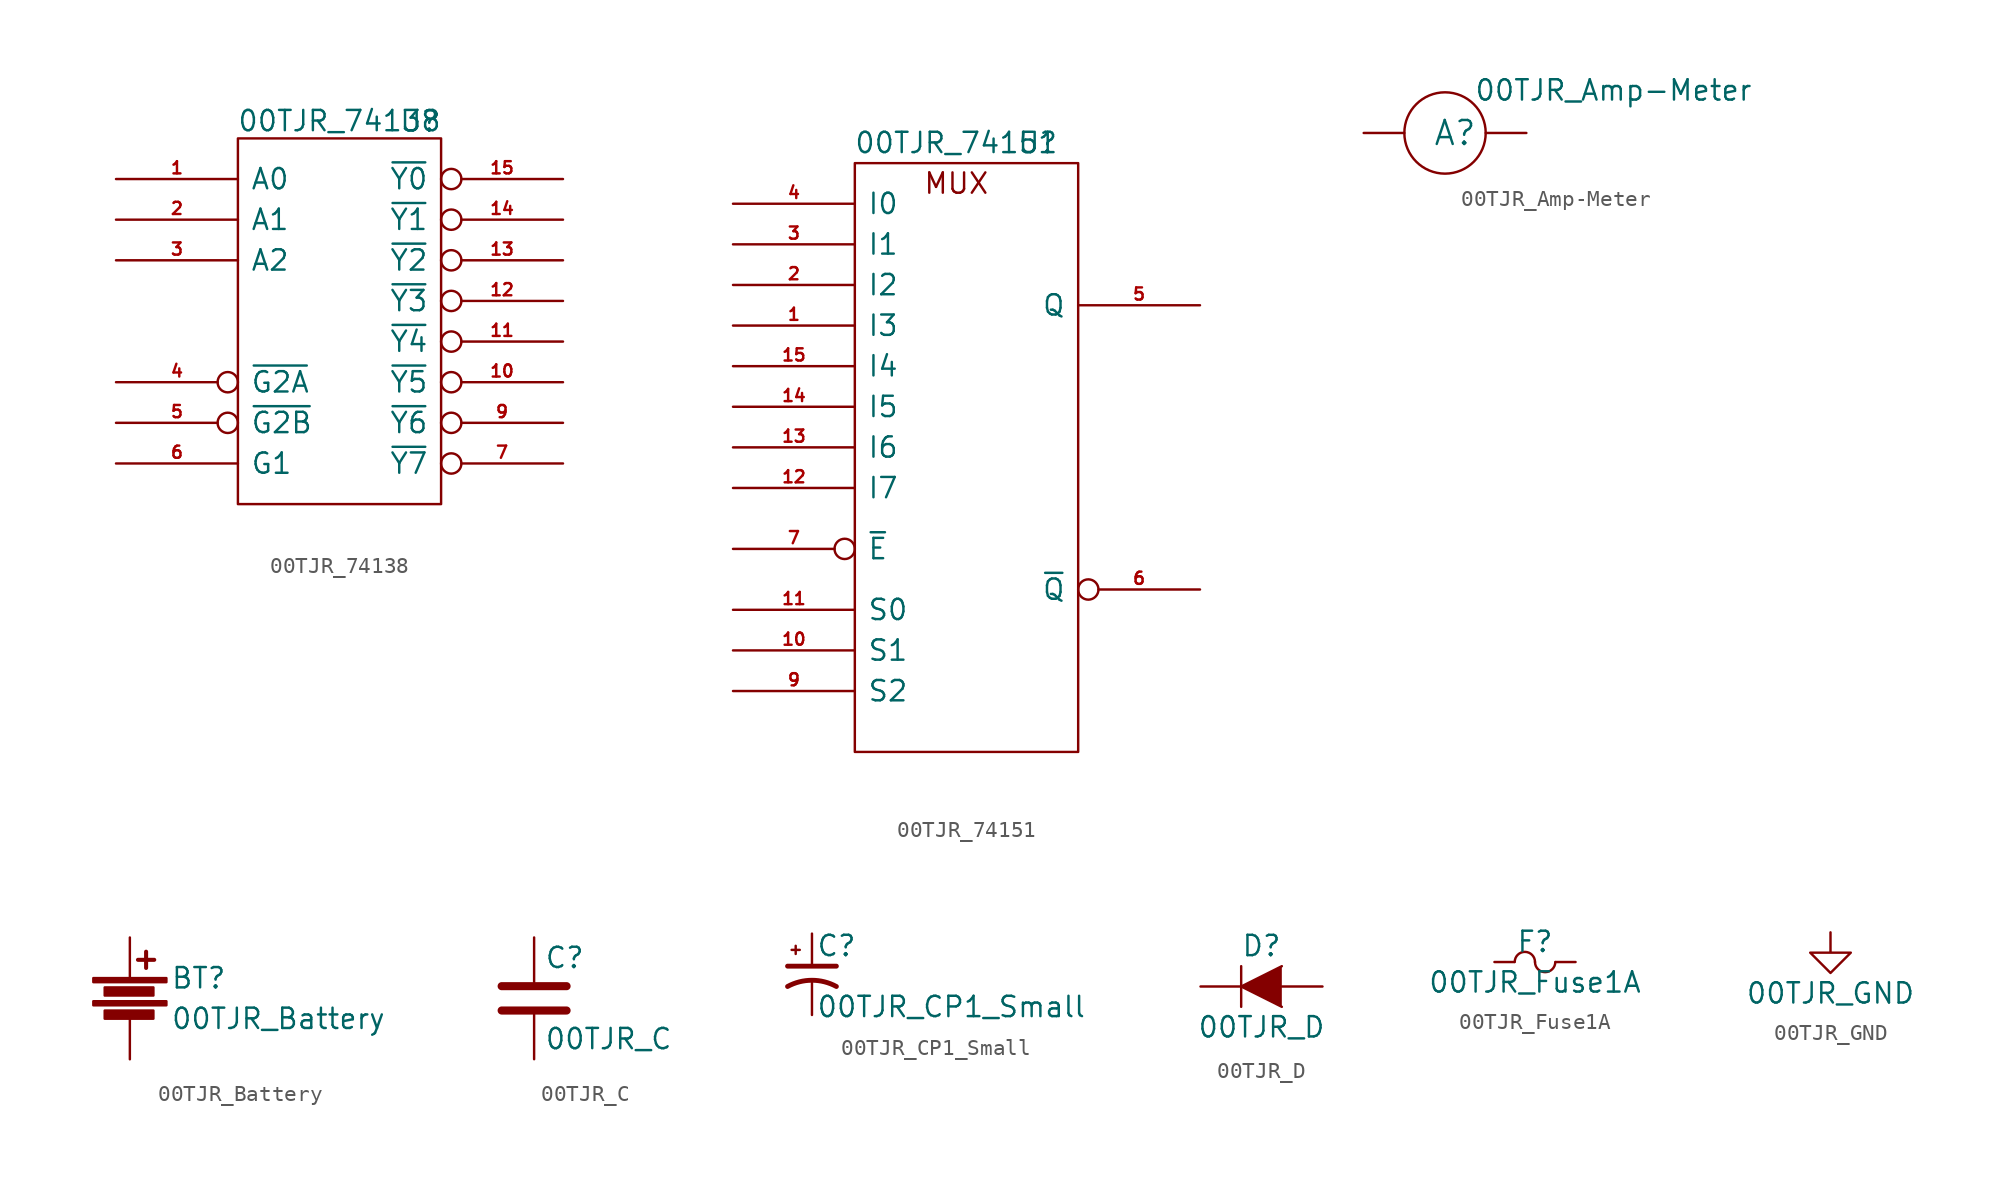
<source format=kicad_sym>
(kicad_symbol_lib
  (version 20220914)
  (generator kicad_symbol_editor)
  (symbol "00TJR_74138"
    (pin_names
      (offset 0.762))
    (property "Reference" "U"
      (at 5.004 8.687 0)
      (effects (font (size 1.27 1.27))))
    (property "Value" "00TJR_74138"
      (at 0 8.712 0)
      (effects (font (size 1.27 1.27))))
    (symbol "00TJR_74138_0_0"
      (pin power_in line (at 0 7.62 270) (length 0) hide (name "VCC" (effects (font (size 1.27 1.27)))) (number "16" (effects (font (size 0.762 0.762))))))
    (symbol "00TJR_74138_0_1"
      (rectangle (start -6.35 7.62) (end 6.35 -15.24) (stroke (width 0) (type solid)) (fill (type none))))
    (symbol "00TJR_74138_1_1"
      (pin input line (at -13.97 5.08 0) (length 7.62) (name "A0" (effects (font (size 1.27 1.27)))) (number "1" (effects (font (size 0.762 0.762)))))
      (pin output inverted (at 13.97 -7.62 180) (length 7.62) (name "~{Y5}" (effects (font (size 1.27 1.27)))) (number "10" (effects (font (size 0.762 0.762)))))
      (pin output inverted (at 13.97 -5.08 180) (length 7.62) (name "~{Y4}" (effects (font (size 1.27 1.27)))) (number "11" (effects (font (size 0.762 0.762)))))
      (pin output inverted (at 13.97 -2.54 180) (length 7.62) (name "~{Y3}" (effects (font (size 1.27 1.27)))) (number "12" (effects (font (size 0.762 0.762)))))
      (pin output inverted (at 13.97 0 180) (length 7.62) (name "~{Y2}" (effects (font (size 1.27 1.27)))) (number "13" (effects (font (size 0.762 0.762)))))
      (pin output inverted (at 13.97 2.54 180) (length 7.62) (name "~{Y1}" (effects (font (size 1.27 1.27)))) (number "14" (effects (font (size 0.762 0.762)))))
      (pin output inverted (at 13.97 5.08 180) (length 7.62) (name "~{Y0}" (effects (font (size 1.27 1.27)))) (number "15" (effects (font (size 0.762 0.762)))))
      (pin input line (at -13.97 2.54 0) (length 7.62) (name "A1" (effects (font (size 1.27 1.27)))) (number "2" (effects (font (size 0.762 0.762)))))
      (pin input line (at -13.97 0 0) (length 7.62) (name "A2" (effects (font (size 1.27 1.27)))) (number "3" (effects (font (size 0.762 0.762)))))
      (pin input inverted (at -13.97 -7.62 0) (length 7.62) (name "~{G2A}" (effects (font (size 1.27 1.27)))) (number "4" (effects (font (size 0.762 0.762)))))
      (pin input inverted (at -13.97 -10.16 0) (length 7.62) (name "~{G2B}" (effects (font (size 1.27 1.27)))) (number "5" (effects (font (size 0.762 0.762)))))
      (pin input line (at -13.97 -12.7 0) (length 7.62) (name "G1" (effects (font (size 1.27 1.27)))) (number "6" (effects (font (size 0.762 0.762)))))
      (pin output inverted (at 13.97 -12.7 180) (length 7.62) (name "~{Y7}" (effects (font (size 1.27 1.27)))) (number "7" (effects (font (size 0.762 0.762)))))
      (pin power_in line (at 0 -15.24 90) (length 0) hide (name "GND" (effects (font (size 1.27 1.27)))) (number "8" (effects (font (size 0.762 0.762)))))
      (pin output inverted (at 13.97 -10.16 180) (length 7.62) (name "~{Y6}" (effects (font (size 1.27 1.27)))) (number "9" (effects (font (size 0.762 0.762)))))))
  (symbol "00TJR_74151"
    (pin_names
      (offset 0.762))
    (property "Reference" "U"
      (at 5.08 17.78 0)
      (effects (font (size 1.27 1.27))))
    (property "Value" "00TJR_74151"
      (at 0 17.78 0)
      (effects (font (size 1.27 1.27))))
    (symbol "00TJR_74151_0_0"
      (text "MUX" (at 0 15.24 0) (effects (font (size 1.27 1.27))))
      (pin power_in line (at 0 16.51 270) (length 0) hide (name "VCC" (effects (font (size 1.27 1.27)))) (number "16" (effects (font (size 0.762 0.762)))))
      (pin power_in line (at 0 -17.78 90) (length 0) hide (name "GND" (effects (font (size 1.27 1.27)))) (number "8" (effects (font (size 0.762 0.762))))))
    (symbol "00TJR_74151_0_1"
      (rectangle (start -6.35 16.51) (end 7.62 -20.32) (stroke (width 0) (type solid)) (fill (type none))))
    (symbol "00TJR_74151_1_1"
      (pin input line (at -13.97 6.35 0) (length 7.62) (name "I3" (effects (font (size 1.27 1.27)))) (number "1" (effects (font (size 0.762 0.762)))))
      (pin input line (at -13.97 -13.97 0) (length 7.62) (name "S1" (effects (font (size 1.27 1.27)))) (number "10" (effects (font (size 0.762 0.762)))))
      (pin input line (at -13.97 -11.43 0) (length 7.62) (name "S0" (effects (font (size 1.27 1.27)))) (number "11" (effects (font (size 0.762 0.762)))))
      (pin input line (at -13.97 -3.81 0) (length 7.62) (name "I7" (effects (font (size 1.27 1.27)))) (number "12" (effects (font (size 0.762 0.762)))))
      (pin input line (at -13.97 -1.27 0) (length 7.62) (name "I6" (effects (font (size 1.27 1.27)))) (number "13" (effects (font (size 0.762 0.762)))))
      (pin input line (at -13.97 1.27 0) (length 7.62) (name "I5" (effects (font (size 1.27 1.27)))) (number "14" (effects (font (size 0.762 0.762)))))
      (pin input line (at -13.97 3.81 0) (length 7.62) (name "I4" (effects (font (size 1.27 1.27)))) (number "15" (effects (font (size 0.762 0.762)))))
      (pin input line (at -13.97 8.89 0) (length 7.62) (name "I2" (effects (font (size 1.27 1.27)))) (number "2" (effects (font (size 0.762 0.762)))))
      (pin input line (at -13.97 11.43 0) (length 7.62) (name "I1" (effects (font (size 1.27 1.27)))) (number "3" (effects (font (size 0.762 0.762)))))
      (pin input line (at -13.97 13.97 0) (length 7.62) (name "I0" (effects (font (size 1.27 1.27)))) (number "4" (effects (font (size 0.762 0.762)))))
      (pin output line (at 15.24 7.62 180) (length 7.62) (name "Q" (effects (font (size 1.27 1.27)))) (number "5" (effects (font (size 0.762 0.762)))))
      (pin output inverted (at 15.24 -10.16 180) (length 7.62) (name "~{Q}" (effects (font (size 1.27 1.27)))) (number "6" (effects (font (size 0.762 0.762)))))
      (pin input inverted (at -13.97 -7.62 0) (length 7.62) (name "~{E}" (effects (font (size 1.27 1.27)))) (number "7" (effects (font (size 0.762 0.762)))))
      (pin input line (at -13.97 -16.51 0) (length 7.62) (name "S2" (effects (font (size 1.27 1.27)))) (number "9" (effects (font (size 0.762 0.762)))))))
  (symbol "00TJR_Amp-Meter"
    (pin_numbers hide)
    (pin_names
      (offset 0))
    (property "Reference" "A"
      (at 4.318 0 0)
      (effects (font (size 1.499 1.499)) (justify left)))
    (property "Value" "00TJR_Amp-Meter"
      (at 6.883 2.667 0)
      (effects (font (size 1.27 1.27)) (justify left)))
    (property "Footprint" ""
      (at 4.115 -0.025 0)
      (effects (font (size 1.27 1.27))))
    (property "Datasheet" ""
      (at 4.115 -0.025 0)
      (effects (font (size 1.27 1.27))))
    (symbol "00TJR_Amp-Meter_0_1"
      (circle (center 5.08 0) (radius 2.54) (stroke (width 0) (type solid)) (fill (type none))))
    (symbol "00TJR_Amp-Meter_1_1"
      (pin passive line (at 0 0 0) (length 2.54) (name "~" (effects (font (size 1.27 1.27)))) (number "1" (effects (font (size 1.27 1.27)))))
      (pin passive line (at 10.16 0 180) (length 2.54) (name "~" (effects (font (size 1.27 1.27)))) (number "2" (effects (font (size 1.27 1.27)))))))
  (symbol "00TJR_Battery"
    (pin_numbers hide)
    (pin_names
      (offset 0))
    (property "Reference" "BT"
      (at 2.54 1.27 0)
      (effects (font (size 1.27 1.27)) (justify left)))
    (property "Value" "00TJR_Battery"
      (at 2.54 -1.27 0)
      (effects (font (size 1.27 1.27)) (justify left)))
    (property "Footprint" ""
      (at 0 1.016 90)
      (effects (font (size 1.27 1.27))))
    (property "Datasheet" ""
      (at 0 1.016 90)
      (effects (font (size 1.27 1.27))))
    (symbol "00TJR_Battery_0_1"
      (rectangle (start -2.286 -0.178) (end 2.286 -0.432) (stroke (width 0) (type solid)) (fill (type outline)))
      (rectangle (start -2.286 1.27) (end 2.286 1.016) (stroke (width 0) (type solid)) (fill (type outline)))
      (rectangle (start -1.575 -0.762) (end 1.473 -1.27) (stroke (width 0) (type solid)) (fill (type outline)))
      (rectangle (start -1.575 0.686) (end 1.473 0.178) (stroke (width 0) (type solid)) (fill (type outline)))
      (polyline (pts (xy 0.508 2.413) (xy 1.524 2.413)) (stroke (width 0.254) (type solid)) (fill (type none)))
      (polyline (pts (xy 1.016 2.921) (xy 1.016 1.905)) (stroke (width 0.254) (type solid)) (fill (type none))))
    (symbol "00TJR_Battery_1_1"
      (pin passive line (at 0 3.81 270) (length 2.54) (name "~" (effects (font (size 1.27 1.27)))) (number "1" (effects (font (size 1.27 1.27)))))
      (pin passive line (at 0 -3.81 90) (length 2.54) (name "~" (effects (font (size 1.27 1.27)))) (number "2" (effects (font (size 1.27 1.27)))))))
  (symbol "00TJR_C"
    (pin_numbers hide)
    (pin_names
      (offset 0.254))
    (property "Reference" "C"
      (at 0.635 2.54 0)
      (effects (font (size 1.27 1.27)) (justify left)))
    (property "Value" "00TJR_C"
      (at 0.635 -2.54 0)
      (effects (font (size 1.27 1.27)) (justify left)))
    (property "Footprint" ""
      (at 0.965 -3.81 0)
      (effects (font (size 1.27 1.27))))
    (property "Datasheet" ""
      (at 0 0 0)
      (effects (font (size 1.27 1.27))))
    (symbol "00TJR_C_0_1"
      (polyline (pts (xy -2.032 -0.762) (xy 2.032 -0.762)) (stroke (width 0.508) (type solid)) (fill (type none)))
      (polyline (pts (xy -2.032 0.762) (xy 2.032 0.762)) (stroke (width 0.508) (type solid)) (fill (type none))))
    (symbol "00TJR_C_1_1"
      (pin passive line (at 0 3.81 270) (length 2.794) (name "~" (effects (font (size 1.016 1.016)))) (number "1" (effects (font (size 1.016 1.016)))))
      (pin passive line (at 0 -3.81 90) (length 2.794) (name "~" (effects (font (size 1.016 1.016)))) (number "2" (effects (font (size 1.016 1.016)))))))
  (symbol "00TJR_CP1_Small"
    (pin_numbers hide)
    (pin_names
      (offset 0.254) hide)
    (property "Reference" "C"
      (at 0.254 1.778 0)
      (effects (font (size 1.27 1.27)) (justify left)))
    (property "Value" "00TJR_CP1_Small"
      (at 0.254 -2.032 0)
      (effects (font (size 1.27 1.27)) (justify left)))
    (property "Footprint" ""
      (at 0 0 0)
      (effects (font (size 1.27 1.27))))
    (property "Datasheet" ""
      (at 0 0 0)
      (effects (font (size 1.27 1.27))))
    (symbol "00TJR_CP1_Small_0_1"
      (polyline (pts (xy -1.524 0.508) (xy 1.524 0.508)) (stroke (width 0.305) (type solid)) (fill (type none)))
      (polyline (pts (xy -1.27 1.524) (xy -0.762 1.524)) (stroke (width 0) (type solid)) (fill (type none)))
      (polyline (pts (xy -1.016 1.27) (xy -1.016 1.778)) (stroke (width 0) (type solid)) (fill (type none)))
      (arc (start 1.524 -0.762) (mid 0 -0.3734) (end -1.524 -0.762) (stroke (width 0.3048) (type solid)) (fill (type none))))
    (symbol "00TJR_CP1_Small_1_1"
      (pin passive line (at 0 2.54 270) (length 2.032) (name "~" (effects (font (size 1.016 1.016)))) (number "1" (effects (font (size 1.016 1.016)))))
      (pin passive line (at 0 -2.54 90) (length 2.032) (name "~" (effects (font (size 1.016 1.016)))) (number "2" (effects (font (size 1.016 1.016)))))))
  (symbol "00TJR_D"
    (pin_numbers hide)
    (pin_names
      (offset 1.016) hide)
    (property "Reference" "D"
      (at 0 2.54 0)
      (effects (font (size 1.27 1.27))))
    (property "Value" "00TJR_D"
      (at 0 -2.54 0)
      (effects (font (size 1.27 1.27))))
    (property "Footprint" ""
      (at 0 0 0)
      (effects (font (size 1.27 1.27))))
    (property "Datasheet" ""
      (at 0 0 0)
      (effects (font (size 1.27 1.27))))
    (symbol "00TJR_D_0_1"
      (polyline (pts (xy -1.27 1.27) (xy -1.27 -1.27)) (stroke (width 0.152) (type solid)) (fill (type none)))
      (polyline (pts (xy 1.27 1.27) (xy -1.27 0) (xy 1.27 -1.27)) (stroke (width 0) (type solid)) (fill (type outline))))
    (symbol "00TJR_D_1_1"
      (pin passive line (at -3.81 0 0) (length 2.54) (name "K" (effects (font (size 1.27 1.27)))) (number "1" (effects (font (size 1.27 1.27)))))
      (pin passive line (at 3.81 0 180) (length 2.54) (name "A" (effects (font (size 1.27 1.27)))) (number "2" (effects (font (size 1.27 1.27)))))))
  (symbol "00TJR_Fuse1A"
    (pin_names
      (offset 0.254))
    (property "Reference" "F"
      (at 0 1.27 0)
      (effects (font (size 1.27 1.27))))
    (property "Value" "00TJR_Fuse1A"
      (at 0 -1.27 0)
      (effects (font (size 1.27 1.27))))
    (property "Footprint" ""
      (at 0 0 0)
      (effects (font (size 1.27 1.27))))
    (property "Datasheet" ""
      (at 0 0 0)
      (effects (font (size 1.27 1.27))))
    (symbol "00TJR_Fuse1A_0_1"
      (arc (start 0 0) (mid -0.635 0.635) (end -1.27 0) (stroke (width 0) (type solid)) (fill (type none)))
      (arc (start 0 0) (mid 0.635 -0.635) (end 1.27 0) (stroke (width 0) (type solid)) (fill (type none))))
    (symbol "00TJR_Fuse1A_1_1"
      (pin input line (at -2.54 0 0) (length 1.245) (name "~" (effects (font (size 1.016 1.016)))) (number "~" (effects (font (size 1.016 1.016)))))
      (pin input line (at 2.54 0 180) (length 1.245) (name "~" (effects (font (size 1.016 1.016)))) (number "~" (effects (font (size 1.016 1.016)))))))
  (symbol "00TJR_GND"
    (power)
    (pin_names
      (offset 0))
    (property "Reference" "#PWR"
      (at 0 -6.35 0)
      (effects (font (size 1.27 1.27)) hide))
    (property "Value" "00TJR_GND"
      (at 0 -3.81 0)
      (effects (font (size 1.27 1.27))))
    (property "Footprint" ""
      (at 0 0 0)
      (effects (font (size 1.27 1.27))))
    (property "Datasheet" ""
      (at 0 0 0)
      (effects (font (size 1.27 1.27))))
    (symbol "00TJR_GND_0_1"
      (polyline (pts (xy 0 0) (xy 0 -1.27) (xy 1.27 -1.27) (xy 0 -2.54) (xy -1.27 -1.27) (xy 0 -1.27)) (stroke (width 0) (type solid)) (fill (type none))))
    (symbol "00TJR_GND_1_1"
      (pin power_in line (at 0 0 270) (length 0) hide (name "GND" (effects (font (size 1.27 1.27)))) (number "1" (effects (font (size 1.27 1.27))))))))
</source>
